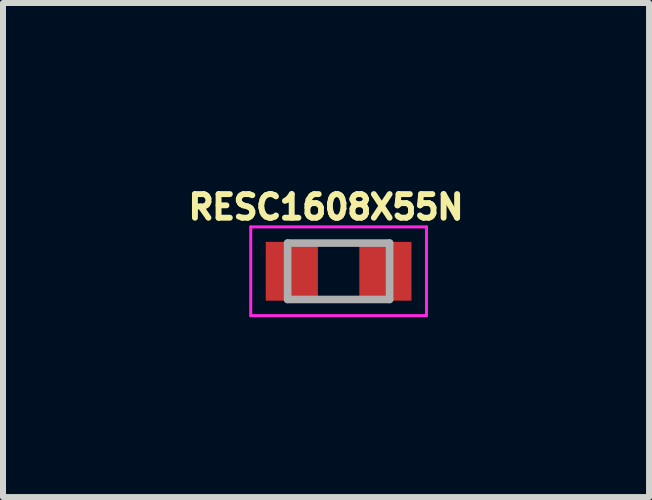
<source format=kicad_pcb>
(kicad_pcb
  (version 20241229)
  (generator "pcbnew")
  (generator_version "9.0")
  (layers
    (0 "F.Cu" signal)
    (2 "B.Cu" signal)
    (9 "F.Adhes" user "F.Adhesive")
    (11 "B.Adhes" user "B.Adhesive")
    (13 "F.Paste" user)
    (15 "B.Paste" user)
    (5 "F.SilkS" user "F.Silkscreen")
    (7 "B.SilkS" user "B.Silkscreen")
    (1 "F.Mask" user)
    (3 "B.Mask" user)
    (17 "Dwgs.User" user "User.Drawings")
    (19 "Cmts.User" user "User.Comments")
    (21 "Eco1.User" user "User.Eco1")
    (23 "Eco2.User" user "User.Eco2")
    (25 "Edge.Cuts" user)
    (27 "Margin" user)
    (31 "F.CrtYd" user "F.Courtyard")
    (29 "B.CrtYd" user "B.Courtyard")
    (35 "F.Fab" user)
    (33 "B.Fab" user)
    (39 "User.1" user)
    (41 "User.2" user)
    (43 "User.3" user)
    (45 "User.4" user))
  (footprint "RESC1608X55N"
    (layer "F.Cu")
    (at 2.596 1.473)
    (property "Reference" "RESC1608X55N" (at -0.21 -1.07 0) (layer "F.SilkS") (effects (font (size 0.394 0.394) (thickness 0.15))))
    (attr smd)
    (fp_line (start -1.465 -0.74) (end 1.465 -0.74) (stroke (width 0.05) (type solid)) (layer "F.CrtYd"))
    (fp_line (start -1.465 0.74) (end -1.465 -0.74) (stroke (width 0.05) (type solid)) (layer "F.CrtYd"))
    (fp_line (start -1.465 0.74) (end 1.465 0.74) (stroke (width 0.05) (type solid)) (layer "F.CrtYd"))
    (fp_line (start 1.465 0.74) (end 1.465 -0.74) (stroke (width 0.05) (type solid)) (layer "F.CrtYd"))
    (fp_line (start -0.85 0.47) (end -0.85 -0.47) (stroke (width 0.127) (type solid)) (layer "F.Fab"))
    (fp_line (start 0.85 -0.47) (end -0.85 -0.47) (stroke (width 0.127) (type solid)) (layer "F.Fab"))
    (fp_line (start 0.85 0.47) (end -0.85 0.47) (stroke (width 0.127) (type solid)) (layer "F.Fab"))
    (fp_line (start 0.85 0.47) (end 0.85 -0.47) (stroke (width 0.127) (type solid)) (layer "F.Fab"))
    (pad "1" smd rect (at -0.78 0) (size 0.87 0.98) (layers "F.Cu" "F.Mask" "F.Paste"))
    (pad "2" smd rect (at 0.78 0) (size 0.87 0.98) (layers "F.Cu" "F.Mask" "F.Paste")))
  (gr_rect
    (start -3 -3)
    (end 7.772 5.238)
    (stroke (width 0.1) (type default))
    (fill no)
    (layer "Edge.Cuts")))
</source>
